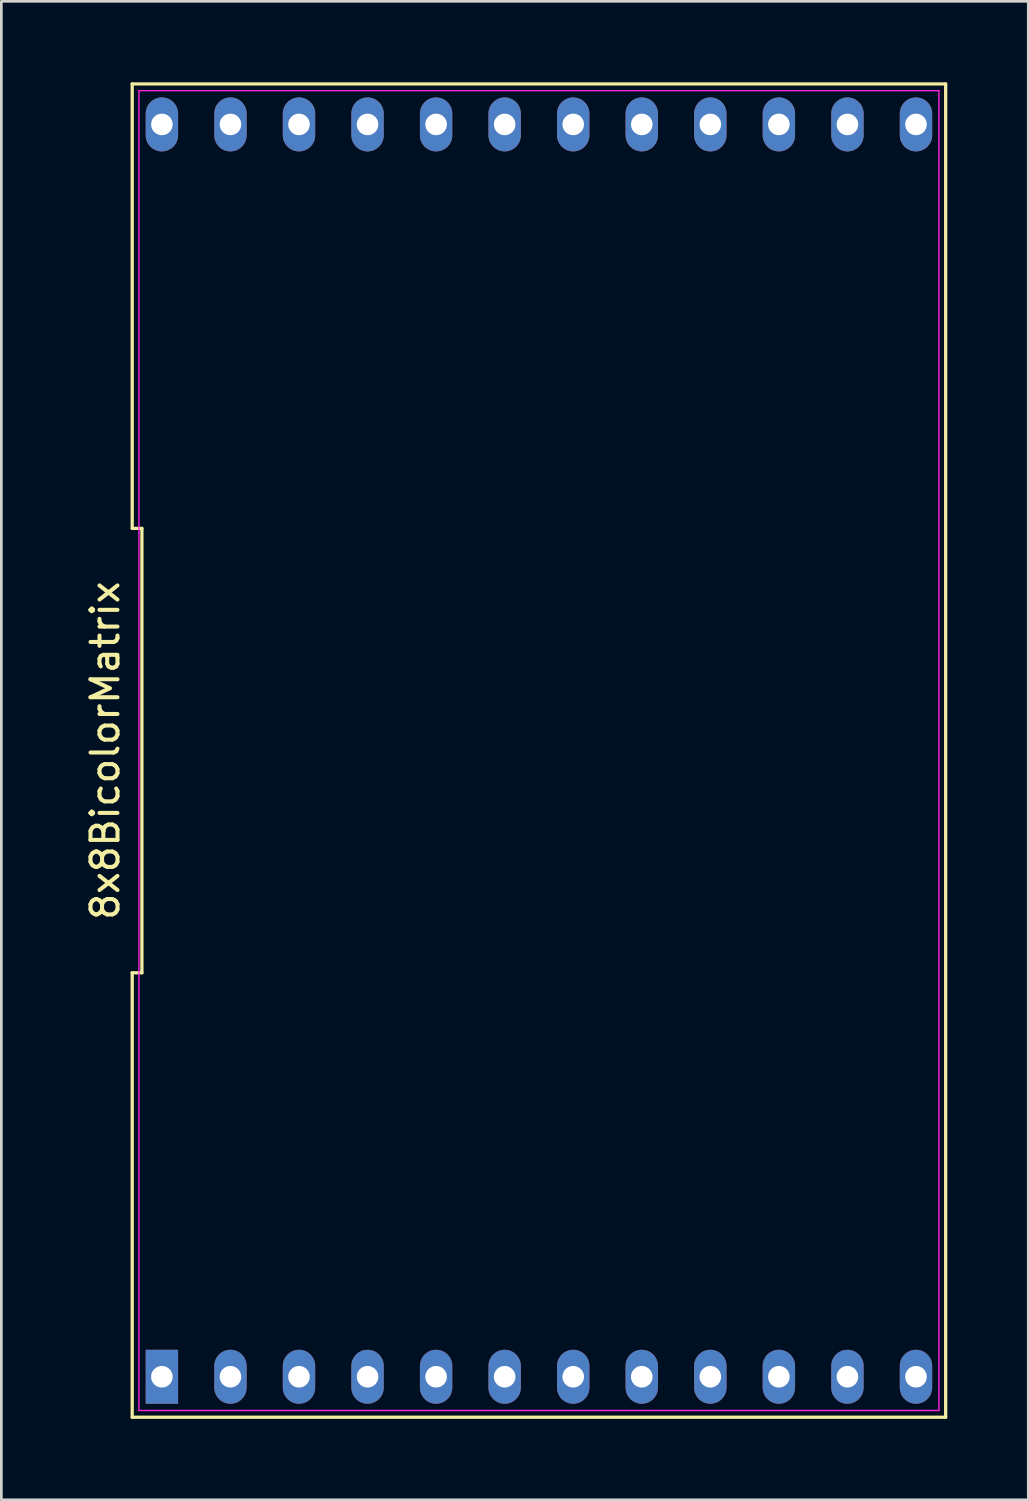
<source format=kicad_pcb>
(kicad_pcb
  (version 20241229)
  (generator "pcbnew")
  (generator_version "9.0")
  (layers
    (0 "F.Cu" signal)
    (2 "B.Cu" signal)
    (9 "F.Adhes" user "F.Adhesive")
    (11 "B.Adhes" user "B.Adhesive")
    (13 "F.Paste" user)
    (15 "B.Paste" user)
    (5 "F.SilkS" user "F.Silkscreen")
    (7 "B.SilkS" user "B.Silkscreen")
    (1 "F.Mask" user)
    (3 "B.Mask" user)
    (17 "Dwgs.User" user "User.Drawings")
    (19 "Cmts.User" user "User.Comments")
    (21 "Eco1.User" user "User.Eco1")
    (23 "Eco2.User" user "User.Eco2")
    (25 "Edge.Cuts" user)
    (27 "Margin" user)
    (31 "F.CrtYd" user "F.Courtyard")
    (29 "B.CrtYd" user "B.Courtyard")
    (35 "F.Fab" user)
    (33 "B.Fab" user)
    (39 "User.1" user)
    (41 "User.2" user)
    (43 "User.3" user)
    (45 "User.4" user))
  (footprint "8x8BicolorMatrix"
    (layer "F.Cu")
    (at 2.948 47.96)
    (property "Reference" "8x8BicolorMatrix" (at -2.1 -23.2 90) (layer "F.SilkS") (effects (font (size 1 1) (thickness 0.15))))
    (attr through_hole)
    (fp_line (start -1.1 -31.433) (end -0.74 -31.433) (stroke (width 0.12) (type solid)) (layer "F.SilkS"))
    (fp_line (start -1.1 -14.967) (end -1.1 1.5) (stroke (width 0.12) (type solid)) (layer "F.SilkS"))
    (fp_line (start -1.1 1.5) (end 29.04 1.5) (stroke (width 0.12) (type solid)) (layer "F.SilkS"))
    (fp_line (start -1.1 -47.9) (end -1.1 -31.433) (stroke (width 0.12) (type solid)) (layer "F.SilkS"))
    (fp_line (start -0.74 -31.433) (end -0.74 -14.967) (stroke (width 0.12) (type solid)) (layer "F.SilkS"))
    (fp_line (start -0.74 -14.967) (end -1.1 -14.967) (stroke (width 0.12) (type solid)) (layer "F.SilkS"))
    (fp_line (start 29.04 1.5) (end 29.04 -47.9) (stroke (width 0.12) (type solid)) (layer "F.SilkS"))
    (fp_line (start 29.04 -47.9) (end -1.1 -47.9) (stroke (width 0.12) (type solid)) (layer "F.SilkS"))
    (fp_line (start -0.85 -47.65) (end 28.79 -47.65) (stroke (width 0.05) (type solid)) (layer "F.CrtYd"))
    (fp_line (start -0.85 1.25) (end -0.85 -47.65) (stroke (width 0.05) (type solid)) (layer "F.CrtYd"))
    (fp_line (start 28.79 -47.65) (end 28.79 1.25) (stroke (width 0.05) (type solid)) (layer "F.CrtYd"))
    (fp_line (start 28.79 1.25) (end -0.85 1.25) (stroke (width 0.05) (type solid)) (layer "F.CrtYd"))
    (pad "1" thru_hole rect (at 0 0) (size 1.2 2) (drill 0.8) (layers "*.Cu" "*.Mask"))
    (pad "2" thru_hole oval (at 2.54 0) (size 1.2 2) (drill 0.8) (layers "*.Cu" "*.Mask"))
    (pad "3" thru_hole oval (at 5.08 0) (size 1.2 2) (drill 0.8) (layers "*.Cu" "*.Mask"))
    (pad "4" thru_hole oval (at 7.62 0) (size 1.2 2) (drill 0.8) (layers "*.Cu" "*.Mask"))
    (pad "5" thru_hole oval (at 10.16 0) (size 1.2 2) (drill 0.8) (layers "*.Cu" "*.Mask"))
    (pad "6" thru_hole oval (at 12.7 0) (size 1.2 2) (drill 0.8) (layers "*.Cu" "*.Mask"))
    (pad "7" thru_hole oval (at 15.24 0) (size 1.2 2) (drill 0.8) (layers "*.Cu" "*.Mask"))
    (pad "8" thru_hole oval (at 17.78 0) (size 1.2 2) (drill 0.8) (layers "*.Cu" "*.Mask"))
    (pad "9" thru_hole oval (at 20.32 0) (size 1.2 2) (drill 0.8) (layers "*.Cu" "*.Mask"))
    (pad "10" thru_hole oval (at 22.86 0) (size 1.2 2) (drill 0.8) (layers "*.Cu" "*.Mask"))
    (pad "11" thru_hole oval (at 25.4 0) (size 1.2 2) (drill 0.8) (layers "*.Cu" "*.Mask"))
    (pad "12" thru_hole oval (at 27.94 0) (size 1.2 2) (drill 0.8) (layers "*.Cu" "*.Mask"))
    (pad "13" thru_hole oval (at 27.94 -46.4) (size 1.2 2) (drill 0.8) (layers "*.Cu" "*.Mask"))
    (pad "14" thru_hole oval (at 25.4 -46.4) (size 1.2 2) (drill 0.8) (layers "*.Cu" "*.Mask"))
    (pad "15" thru_hole oval (at 22.86 -46.4) (size 1.2 2) (drill 0.8) (layers "*.Cu" "*.Mask"))
    (pad "16" thru_hole oval (at 20.32 -46.4) (size 1.2 2) (drill 0.8) (layers "*.Cu" "*.Mask"))
    (pad "17" thru_hole oval (at 17.78 -46.4) (size 1.2 2) (drill 0.8) (layers "*.Cu" "*.Mask"))
    (pad "18" thru_hole oval (at 15.24 -46.4) (size 1.2 2) (drill 0.8) (layers "*.Cu" "*.Mask"))
    (pad "19" thru_hole oval (at 12.7 -46.4) (size 1.2 2) (drill 0.8) (layers "*.Cu" "*.Mask"))
    (pad "20" thru_hole oval (at 10.16 -46.4) (size 1.2 2) (drill 0.8) (layers "*.Cu" "*.Mask"))
    (pad "21" thru_hole oval (at 7.62 -46.4) (size 1.2 2) (drill 0.8) (layers "*.Cu" "*.Mask"))
    (pad "22" thru_hole oval (at 5.08 -46.4) (size 1.2 2) (drill 0.8) (layers "*.Cu" "*.Mask"))
    (pad "23" thru_hole oval (at 2.54 -46.4) (size 1.2 2) (drill 0.8) (layers "*.Cu" "*.Mask"))
    (pad "24" thru_hole oval (at 0 -46.4) (size 1.2 2) (drill 0.8) (layers "*.Cu" "*.Mask")))
  (gr_rect
    (start -3 -3)
    (end 35.048 52.52)
    (stroke (width 0.1) (type default))
    (fill no)
    (layer "Edge.Cuts")))
</source>
